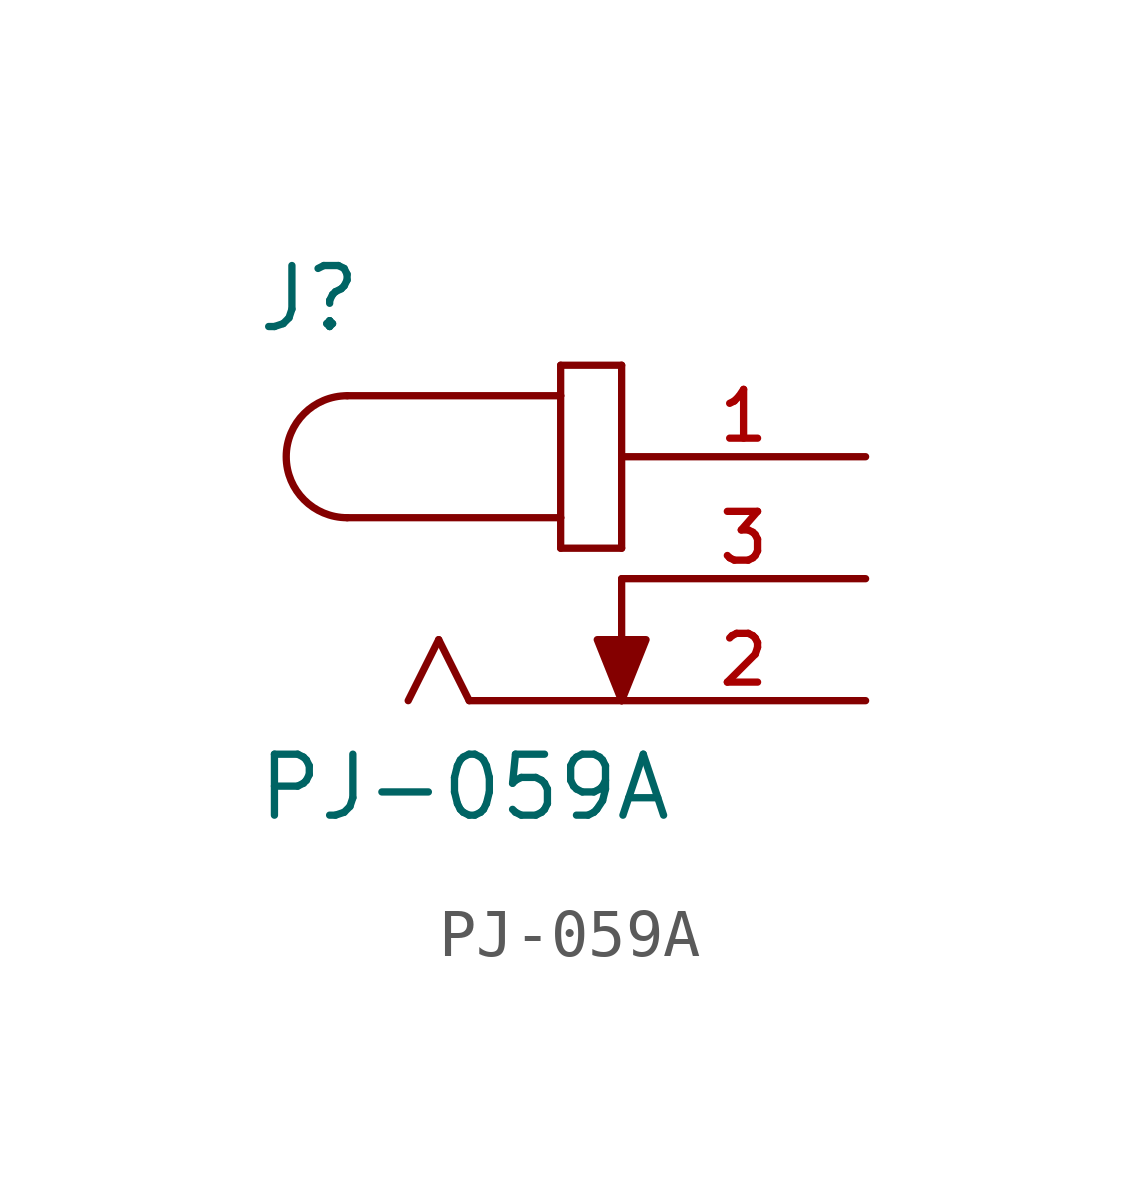
<source format=kicad_sym>
(kicad_symbol_lib
  (version 20211014)
  (generator kicad_symbol_editor)
  (symbol "PJ-059A"
    (pin_names
      (offset 1.016))
    (property "Reference" "J"
      (at -7.632 5.088 0)
      (effects (font (size 1.27 1.27)) (justify bottom left)))
    (property "Value" "PJ-059A"
      (at -7.633 -5.088 0)
      (effects (font (size 1.27 1.27)) (justify bottom left)))
    (symbol "PJ-059A_0_0"
      (arc (start -5.715 3.81) (mid -6.985 2.54) (end -5.715 1.27) (stroke (width 0.1524) (type default) (color 0 0 0 0)) (fill (type none)))
      (polyline (pts (xy -5.715 3.81) (xy -1.27 3.81)) (stroke (width 0.152)))
      (polyline (pts (xy -1.27 3.81) (xy -1.27 1.27)) (stroke (width 0.152)))
      (polyline (pts (xy -1.27 1.27) (xy -5.715 1.27)) (stroke (width 0.152)))
      (polyline (pts (xy -1.27 1.27) (xy -1.27 0.635)) (stroke (width 0.152)))
      (polyline (pts (xy -1.27 0.635) (xy 0.0 0.635)) (stroke (width 0.152)))
      (polyline (pts (xy 0.0 0.635) (xy 0.0 4.445)) (stroke (width 0.152)))
      (polyline (pts (xy 0.0 4.445) (xy -1.27 4.445)) (stroke (width 0.152)))
      (polyline (pts (xy -1.27 4.445) (xy -1.27 3.81)) (stroke (width 0.152)))
      (polyline (pts (xy 0.0 -2.54) (xy -3.175 -2.54)) (stroke (width 0.152)))
      (polyline (pts (xy -3.175 -2.54) (xy -3.81 -1.27)) (stroke (width 0.152)))
      (polyline (pts (xy -3.81 -1.27) (xy -4.445 -2.54)) (stroke (width 0.152)))
      (polyline (pts (xy 0.0 0.0) (xy 0.0 -2.54)) (stroke (width 0.152)))
      (polyline (pts (xy 0.0 -2.54) (xy -0.508 -1.27) (xy 0.508 -1.27) (xy 0.0 -2.54)) (stroke (width 0.152)) (fill (type outline)))
      (pin passive line (at 5.08 2.54 180.0) (length 5.08) (name "~" (effects (font (size 1.016 1.016)))) (number "1" (effects (font (size 1.016 1.016)))))
      (pin passive line (at 5.08 0.0 180.0) (length 5.08) (name "~" (effects (font (size 1.016 1.016)))) (number "3" (effects (font (size 1.016 1.016)))))
      (pin passive line (at 5.08 -2.54 180.0) (length 5.08) (name "~" (effects (font (size 1.016 1.016)))) (number "2" (effects (font (size 1.016 1.016))))))))
</source>
